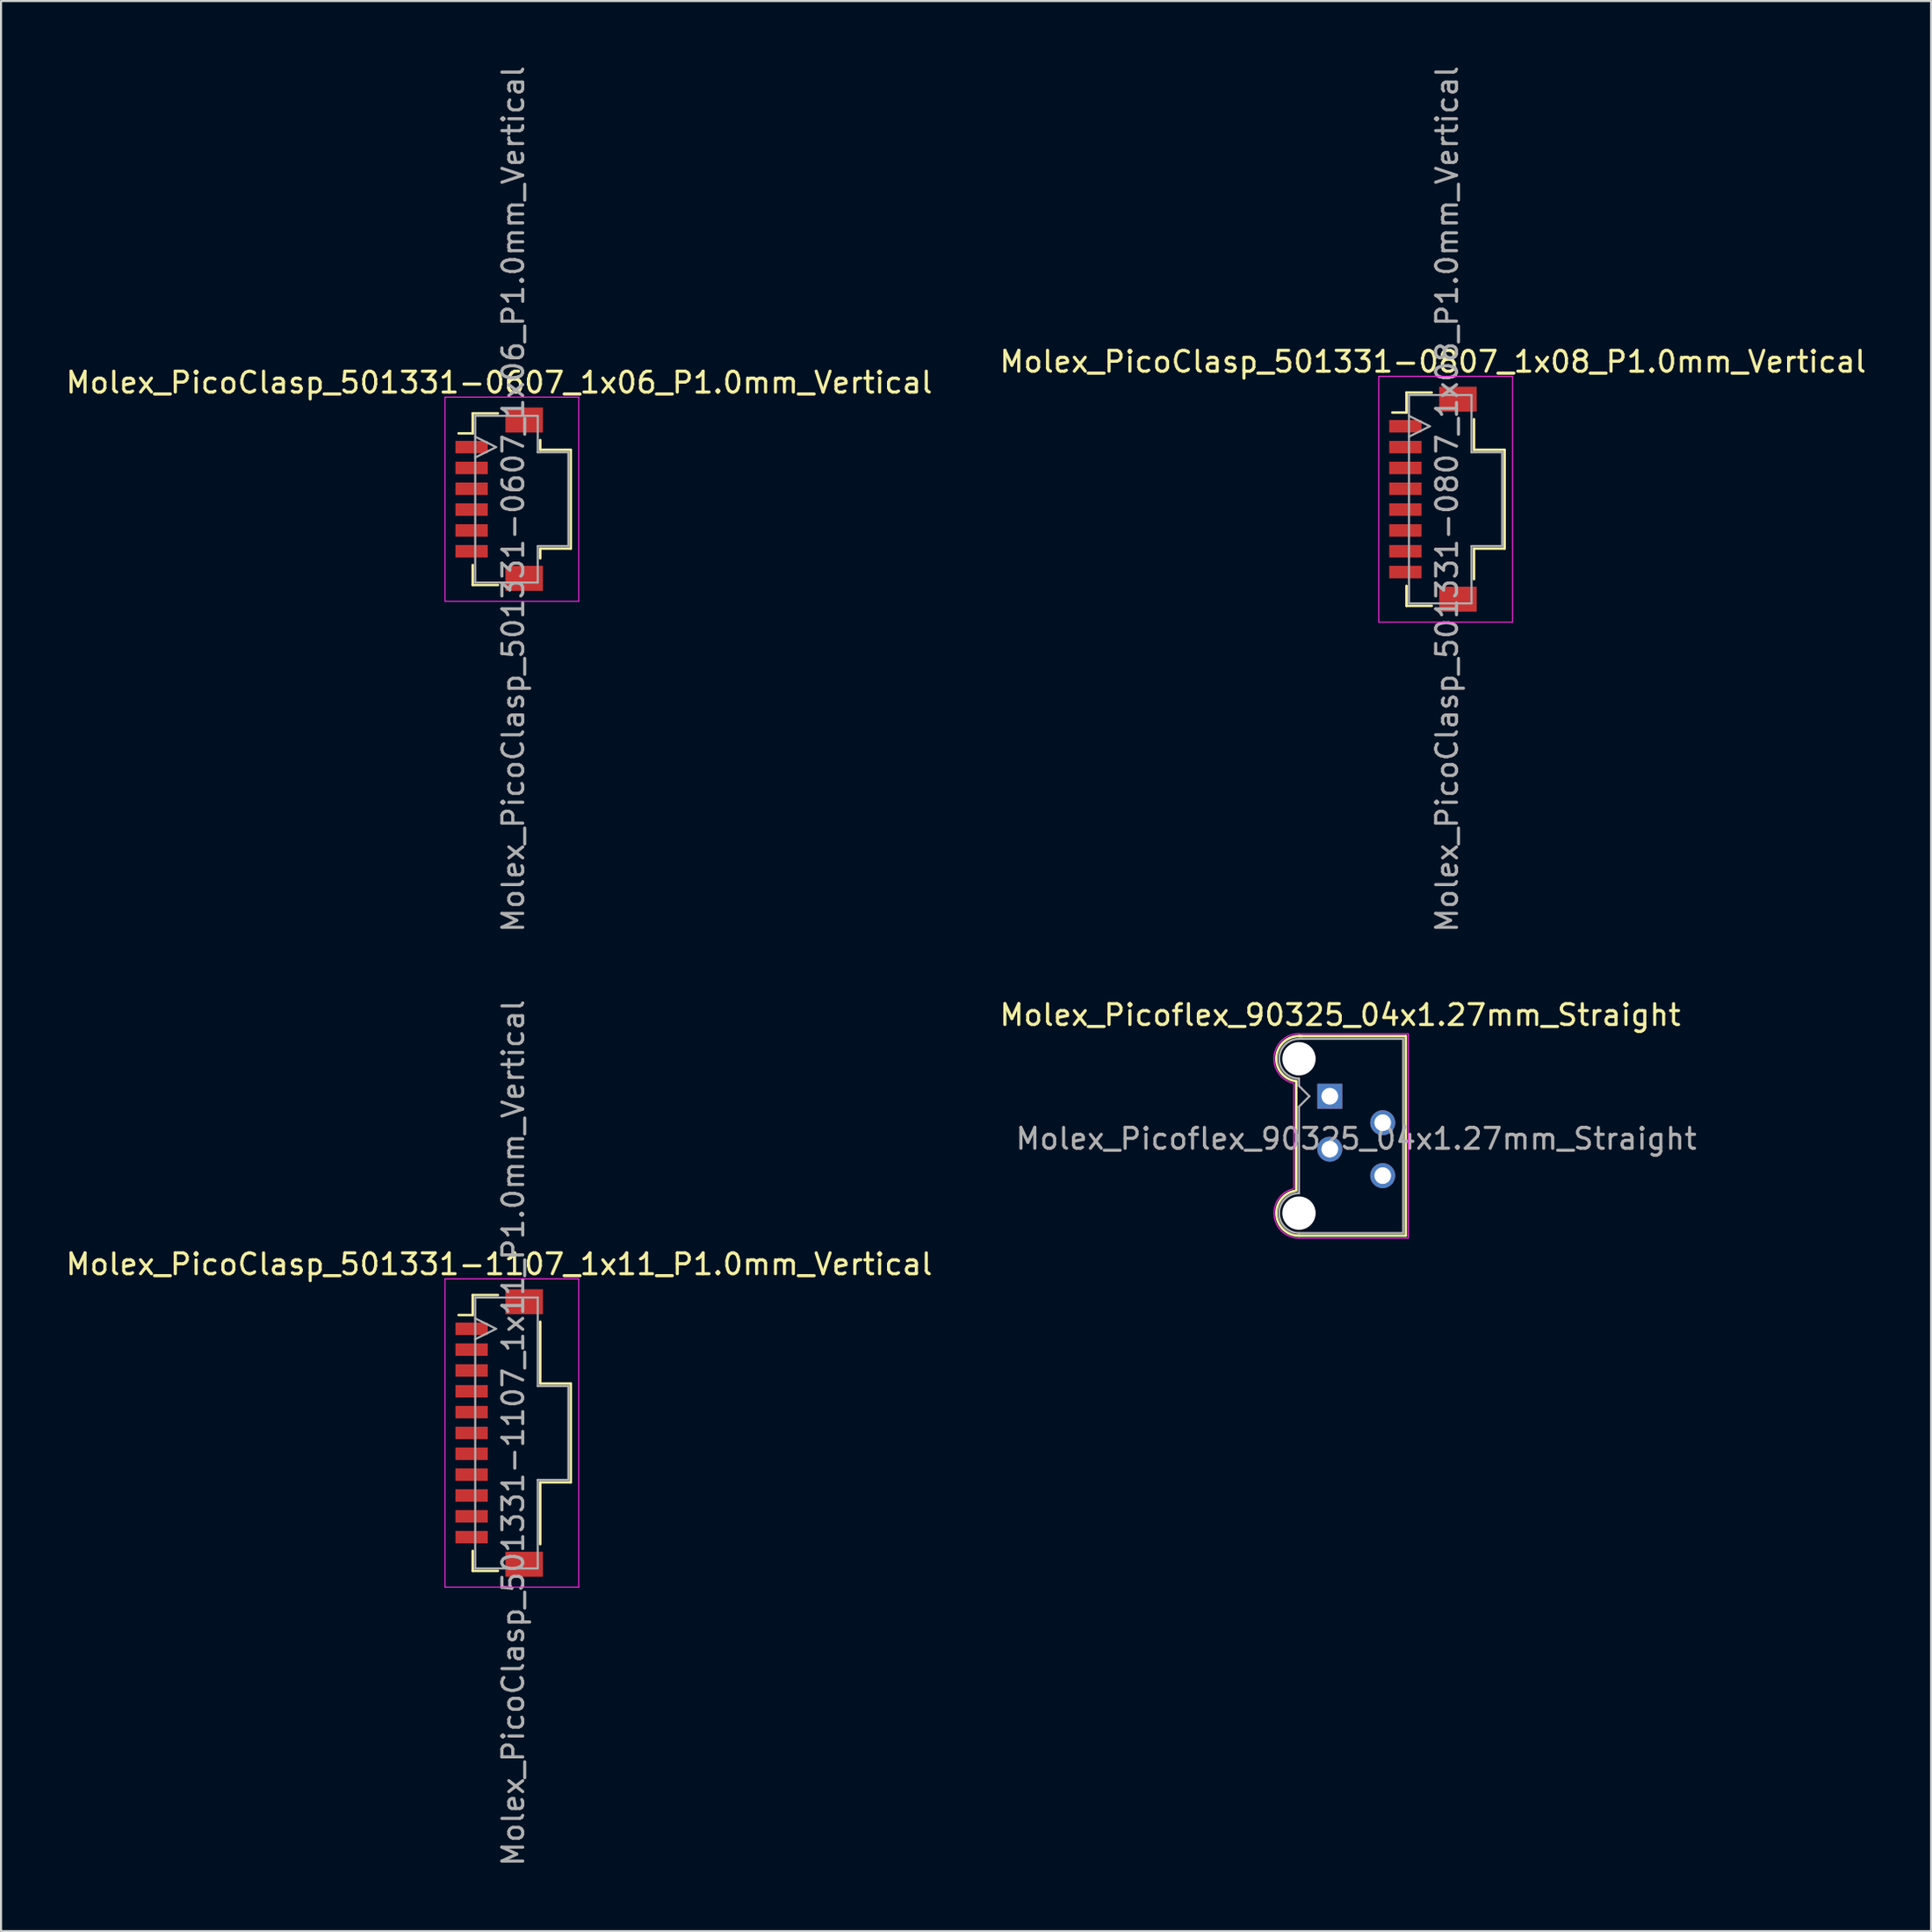
<source format=kicad_pcb>
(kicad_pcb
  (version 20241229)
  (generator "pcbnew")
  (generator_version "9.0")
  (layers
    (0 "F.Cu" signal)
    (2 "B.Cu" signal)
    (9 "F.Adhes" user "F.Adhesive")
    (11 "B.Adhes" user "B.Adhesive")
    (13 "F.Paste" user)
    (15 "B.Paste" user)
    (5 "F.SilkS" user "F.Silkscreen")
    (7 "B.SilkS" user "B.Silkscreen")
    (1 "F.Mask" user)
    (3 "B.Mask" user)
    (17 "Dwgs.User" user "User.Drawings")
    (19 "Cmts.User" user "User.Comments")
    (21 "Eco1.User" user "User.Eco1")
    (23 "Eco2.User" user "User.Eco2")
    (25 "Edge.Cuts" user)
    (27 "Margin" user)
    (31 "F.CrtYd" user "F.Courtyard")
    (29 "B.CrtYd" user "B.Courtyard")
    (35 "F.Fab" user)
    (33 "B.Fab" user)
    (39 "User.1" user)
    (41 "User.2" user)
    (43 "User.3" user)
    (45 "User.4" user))
  (footprint "Molex_Picoflex_90325_04x1.27mm_Straight"
    (layer "F.Cu")
    (at 60.78 49.57)
    (property "Reference" "Molex_Picoflex_90325_04x1.27mm_Straight" (at 0.5 -3.9 0) (layer "F.SilkS") (effects (font (size 1 1) (thickness 0.15))))
    (attr through_hole)
    (fp_line (start -1.61 -0.715) (end -1.61 4.525) (stroke (width 0.12) (type solid)) (layer "F.SilkS"))
    (fp_line (start -1.48 -2.885) (end 3.65 -2.885) (stroke (width 0.12) (type solid)) (layer "F.SilkS"))
    (fp_line (start 3.65 -2.885) (end 3.65 6.695) (stroke (width 0.12) (type solid)) (layer "F.SilkS"))
    (fp_line (start 3.65 6.695) (end -1.48 6.695) (stroke (width 0.12) (type solid)) (layer "F.SilkS"))
    (fp_arc (start -1.61 -0.72) (mid -2.56 -1.93) (end -1.35 -2.88) (stroke (width 0.12) (type solid)) (layer "F.SilkS"))
    (fp_arc (start -1.47 6.695) (mid -2.56 5.714526) (end -1.678256 4.54322) (stroke (width 0.12) (type solid)) (layer "F.SilkS"))
    (fp_line (start -1.73 -0.6) (end -1.73 4.41) (stroke (width 0.05) (type solid)) (layer "F.CrtYd"))
    (fp_line (start -1.48 -3) (end 3.77 -3) (stroke (width 0.05) (type solid)) (layer "F.CrtYd"))
    (fp_line (start 3.77 -3) (end 3.77 6.81) (stroke (width 0.05) (type solid)) (layer "F.CrtYd"))
    (fp_line (start 3.77 6.81) (end -1.48 6.81) (stroke (width 0.05) (type solid)) (layer "F.CrtYd"))
    (fp_arc (start -1.73 -0.62) (mid -2.679668 -1.925287) (end -1.480799 -3.006192) (stroke (width 0.05) (type solid)) (layer "F.CrtYd"))
    (fp_arc (start -1.47 6.81) (mid -2.672381 5.74538) (end -1.739276 4.438302) (stroke (width 0.05) (type solid)) (layer "F.CrtYd"))
    (fp_line (start -1.48 -2.755) (end 3.52 -2.755) (stroke (width 0.1) (type solid)) (layer "F.Fab"))
    (fp_line (start -1.48 -0.845) (end -1.48 -0.5) (stroke (width 0.1) (type solid)) (layer "F.Fab"))
    (fp_line (start -1.48 -0.5) (end -0.98 0) (stroke (width 0.1) (type solid)) (layer "F.Fab"))
    (fp_line (start -1.48 0.5) (end -1.48 4.655) (stroke (width 0.1) (type solid)) (layer "F.Fab"))
    (fp_line (start -0.98 0) (end -1.48 0.5) (stroke (width 0.1) (type solid)) (layer "F.Fab"))
    (fp_line (start 3.52 -2.755) (end 3.52 6.565) (stroke (width 0.1) (type solid)) (layer "F.Fab"))
    (fp_line (start 3.52 6.565) (end -1.48 6.565) (stroke (width 0.1) (type solid)) (layer "F.Fab"))
    (fp_arc (start -1.48 -0.85) (mid -2.43 -1.8) (end -1.48 -2.75) (stroke (width 0.1) (type solid)) (layer "F.Fab"))
    (fp_arc (start -1.48 6.565) (mid -2.435 5.61) (end -1.48 4.655) (stroke (width 0.1) (type solid)) (layer "F.Fab"))
    (fp_text user "${REFERENCE}" (at 1.27 2.04 0) (layer "F.Fab") (effects (font (size 1 1) (thickness 0.15))))
    (pad "" np_thru_hole circle (at -1.48 -1.8) (size 1.6 1.6) (drill 1.6) (layers "*.Cu"))
    (pad "" np_thru_hole circle (at -1.48 5.61) (size 1.6 1.6) (drill 1.6) (layers "*.Cu"))
    (pad "1" thru_hole rect (at 0 0) (size 1.2 1.2) (drill 0.8) (layers "*.Cu" "*.Mask"))
    (pad "2" thru_hole circle (at 2.54 1.27) (size 1.2 1.2) (drill 0.8) (layers "*.Cu" "*.Mask"))
    (pad "3" thru_hole circle (at 0 2.54) (size 1.2 1.2) (drill 0.8) (layers "*.Cu" "*.Mask"))
    (pad "4" thru_hole circle (at 2.54 3.81) (size 1.2 1.2) (drill 0.8) (layers "*.Cu" "*.Mask")))
  (footprint "Molex_PicoClasp_501331-0607_1x06_P1.0mm_Vertical"
    (layer "F.Cu")
    (at 20.911 20.911)
    (property "Reference" "Molex_PicoClasp_501331-0607_1x06_P1.0mm_Vertical" (at 0 -5.6 0) (layer "F.SilkS") (effects (font (size 1 1) (thickness 0.15))))
    (attr smd)
    (fp_line (start -1.95 -3.16) (end -1.27 -3.16) (stroke (width 0.12) (type solid)) (layer "F.SilkS"))
    (fp_line (start -1.27 -4.12) (end -0.06 -4.12) (stroke (width 0.12) (type solid)) (layer "F.SilkS"))
    (fp_line (start -1.27 -3.16) (end -1.27 -4.12) (stroke (width 0.12) (type solid)) (layer "F.SilkS"))
    (fp_line (start -1.27 3.16) (end -1.27 4.12) (stroke (width 0.12) (type solid)) (layer "F.SilkS"))
    (fp_line (start -1.27 4.12) (end -0.06 4.12) (stroke (width 0.12) (type solid)) (layer "F.SilkS"))
    (fp_line (start 1.97 -2.84) (end 1.97 -2.37) (stroke (width 0.12) (type solid)) (layer "F.SilkS"))
    (fp_line (start 1.97 -2.37) (end 3.44 -2.37) (stroke (width 0.12) (type solid)) (layer "F.SilkS"))
    (fp_line (start 1.97 2.37) (end 1.97 2.84) (stroke (width 0.12) (type solid)) (layer "F.SilkS"))
    (fp_line (start 3.44 -2.37) (end 3.44 2.37) (stroke (width 0.12) (type solid)) (layer "F.SilkS"))
    (fp_line (start 3.44 2.37) (end 1.97 2.37) (stroke (width 0.12) (type solid)) (layer "F.SilkS"))
    (fp_line (start -2.6 -4.9) (end -2.6 4.9) (stroke (width 0.05) (type solid)) (layer "F.CrtYd"))
    (fp_line (start -2.6 4.9) (end 3.82 4.9) (stroke (width 0.05) (type solid)) (layer "F.CrtYd"))
    (fp_line (start 3.82 -4.9) (end -2.6 -4.9) (stroke (width 0.05) (type solid)) (layer "F.CrtYd"))
    (fp_line (start 3.82 4.9) (end 3.82 -4.9) (stroke (width 0.05) (type solid)) (layer "F.CrtYd"))
    (fp_line (start -1.15 -4) (end 1.85 -4) (stroke (width 0.1) (type solid)) (layer "F.Fab"))
    (fp_line (start -1.15 -2) (end -0.15 -2.5) (stroke (width 0.1) (type solid)) (layer "F.Fab"))
    (fp_line (start -1.15 4) (end -1.15 -4) (stroke (width 0.1) (type solid)) (layer "F.Fab"))
    (fp_line (start -0.15 -2.5) (end -1.15 -3) (stroke (width 0.1) (type solid)) (layer "F.Fab"))
    (fp_line (start 1.85 -4) (end 1.85 -2.25) (stroke (width 0.1) (type solid)) (layer "F.Fab"))
    (fp_line (start 1.85 -2.25) (end 3.32 -2.25) (stroke (width 0.1) (type solid)) (layer "F.Fab"))
    (fp_line (start 1.85 2.25) (end 1.85 4) (stroke (width 0.1) (type solid)) (layer "F.Fab"))
    (fp_line (start 1.85 4) (end -1.15 4) (stroke (width 0.1) (type solid)) (layer "F.Fab"))
    (fp_line (start 3.32 -2.25) (end 3.32 2.25) (stroke (width 0.1) (type solid)) (layer "F.Fab"))
    (fp_line (start 3.32 2.25) (end 1.85 2.25) (stroke (width 0.1) (type solid)) (layer "F.Fab"))
    (fp_text user "${REFERENCE}" (at 0.675 0 90) (layer "F.Fab") (effects (font (size 1 1) (thickness 0.15))))
    (pad "" smd rect (at 1.2 -3.8) (size 1.8 1.2) (layers "F.Cu" "F.Mask" "F.Paste"))
    (pad "" smd rect (at 1.2 3.8) (size 1.8 1.2) (layers "F.Cu" "F.Mask" "F.Paste"))
    (pad "1" smd rect (at -1.325 -2.5) (size 1.55 0.6) (layers "F.Cu" "F.Mask" "F.Paste"))
    (pad "2" smd rect (at -1.325 -1.5) (size 1.55 0.6) (layers "F.Cu" "F.Mask" "F.Paste"))
    (pad "3" smd rect (at -1.325 -0.5) (size 1.55 0.6) (layers "F.Cu" "F.Mask" "F.Paste"))
    (pad "4" smd rect (at -1.325 0.5) (size 1.55 0.6) (layers "F.Cu" "F.Mask" "F.Paste"))
    (pad "5" smd rect (at -1.325 1.5) (size 1.55 0.6) (layers "F.Cu" "F.Mask" "F.Paste"))
    (pad "6" smd rect (at -1.325 2.5) (size 1.55 0.6) (layers "F.Cu" "F.Mask" "F.Paste")))
  (footprint "Molex_PicoClasp_501331-1107_1x11_P1.0mm_Vertical"
    (layer "F.Cu")
    (at 20.911 65.732)
    (property "Reference" "Molex_PicoClasp_501331-1107_1x11_P1.0mm_Vertical" (at 0 -8.1 0) (layer "F.SilkS") (effects (font (size 1 1) (thickness 0.15))))
    (attr smd)
    (fp_line (start -1.95 -5.66) (end -1.27 -5.66) (stroke (width 0.12) (type solid)) (layer "F.SilkS"))
    (fp_line (start -1.27 -6.62) (end -0.06 -6.62) (stroke (width 0.12) (type solid)) (layer "F.SilkS"))
    (fp_line (start -1.27 -5.66) (end -1.27 -6.62) (stroke (width 0.12) (type solid)) (layer "F.SilkS"))
    (fp_line (start -1.27 5.66) (end -1.27 6.62) (stroke (width 0.12) (type solid)) (layer "F.SilkS"))
    (fp_line (start -1.27 6.62) (end -0.06 6.62) (stroke (width 0.12) (type solid)) (layer "F.SilkS"))
    (fp_line (start 1.97 -5.34) (end 1.97 -2.37) (stroke (width 0.12) (type solid)) (layer "F.SilkS"))
    (fp_line (start 1.97 -2.37) (end 3.44 -2.37) (stroke (width 0.12) (type solid)) (layer "F.SilkS"))
    (fp_line (start 1.97 2.37) (end 1.97 5.34) (stroke (width 0.12) (type solid)) (layer "F.SilkS"))
    (fp_line (start 3.44 -2.37) (end 3.44 2.37) (stroke (width 0.12) (type solid)) (layer "F.SilkS"))
    (fp_line (start 3.44 2.37) (end 1.97 2.37) (stroke (width 0.12) (type solid)) (layer "F.SilkS"))
    (fp_line (start -2.6 -7.4) (end -2.6 7.4) (stroke (width 0.05) (type solid)) (layer "F.CrtYd"))
    (fp_line (start -2.6 7.4) (end 3.82 7.4) (stroke (width 0.05) (type solid)) (layer "F.CrtYd"))
    (fp_line (start 3.82 -7.4) (end -2.6 -7.4) (stroke (width 0.05) (type solid)) (layer "F.CrtYd"))
    (fp_line (start 3.82 7.4) (end 3.82 -7.4) (stroke (width 0.05) (type solid)) (layer "F.CrtYd"))
    (fp_line (start -1.15 -6.5) (end 1.85 -6.5) (stroke (width 0.1) (type solid)) (layer "F.Fab"))
    (fp_line (start -1.15 -4.5) (end -0.15 -5) (stroke (width 0.1) (type solid)) (layer "F.Fab"))
    (fp_line (start -1.15 6.5) (end -1.15 -6.5) (stroke (width 0.1) (type solid)) (layer "F.Fab"))
    (fp_line (start -0.15 -5) (end -1.15 -5.5) (stroke (width 0.1) (type solid)) (layer "F.Fab"))
    (fp_line (start 1.85 -6.5) (end 1.85 -2.25) (stroke (width 0.1) (type solid)) (layer "F.Fab"))
    (fp_line (start 1.85 -2.25) (end 3.32 -2.25) (stroke (width 0.1) (type solid)) (layer "F.Fab"))
    (fp_line (start 1.85 2.25) (end 1.85 6.5) (stroke (width 0.1) (type solid)) (layer "F.Fab"))
    (fp_line (start 1.85 6.5) (end -1.15 6.5) (stroke (width 0.1) (type solid)) (layer "F.Fab"))
    (fp_line (start 3.32 -2.25) (end 3.32 2.25) (stroke (width 0.1) (type solid)) (layer "F.Fab"))
    (fp_line (start 3.32 2.25) (end 1.85 2.25) (stroke (width 0.1) (type solid)) (layer "F.Fab"))
    (fp_text user "${REFERENCE}" (at 0.675 0 90) (layer "F.Fab") (effects (font (size 1 1) (thickness 0.15))))
    (pad "" smd rect (at 1.2 -6.3) (size 1.8 1.2) (layers "F.Cu" "F.Mask" "F.Paste"))
    (pad "" smd rect (at 1.2 6.3) (size 1.8 1.2) (layers "F.Cu" "F.Mask" "F.Paste"))
    (pad "1" smd rect (at -1.325 -5) (size 1.55 0.6) (layers "F.Cu" "F.Mask" "F.Paste"))
    (pad "2" smd rect (at -1.325 -4) (size 1.55 0.6) (layers "F.Cu" "F.Mask" "F.Paste"))
    (pad "3" smd rect (at -1.325 -3) (size 1.55 0.6) (layers "F.Cu" "F.Mask" "F.Paste"))
    (pad "4" smd rect (at -1.325 -2) (size 1.55 0.6) (layers "F.Cu" "F.Mask" "F.Paste"))
    (pad "5" smd rect (at -1.325 -1) (size 1.55 0.6) (layers "F.Cu" "F.Mask" "F.Paste"))
    (pad "6" smd rect (at -1.325 0) (size 1.55 0.6) (layers "F.Cu" "F.Mask" "F.Paste"))
    (pad "7" smd rect (at -1.325 1) (size 1.55 0.6) (layers "F.Cu" "F.Mask" "F.Paste"))
    (pad "8" smd rect (at -1.325 2) (size 1.55 0.6) (layers "F.Cu" "F.Mask" "F.Paste"))
    (pad "9" smd rect (at -1.325 3) (size 1.55 0.6) (layers "F.Cu" "F.Mask" "F.Paste"))
    (pad "10" smd rect (at -1.325 4) (size 1.55 0.6) (layers "F.Cu" "F.Mask" "F.Paste"))
    (pad "11" smd rect (at -1.325 5) (size 1.55 0.6) (layers "F.Cu" "F.Mask" "F.Paste")))
  (footprint "Molex_PicoClasp_501331-0807_1x08_P1.0mm_Vertical"
    (layer "F.Cu")
    (at 65.732 20.911)
    (property "Reference" "Molex_PicoClasp_501331-0807_1x08_P1.0mm_Vertical" (at 0 -6.6 0) (layer "F.SilkS") (effects (font (size 1 1) (thickness 0.15))))
    (attr smd)
    (fp_line (start -1.95 -4.16) (end -1.27 -4.16) (stroke (width 0.12) (type solid)) (layer "F.SilkS"))
    (fp_line (start -1.27 -5.12) (end -0.06 -5.12) (stroke (width 0.12) (type solid)) (layer "F.SilkS"))
    (fp_line (start -1.27 -4.16) (end -1.27 -5.12) (stroke (width 0.12) (type solid)) (layer "F.SilkS"))
    (fp_line (start -1.27 4.16) (end -1.27 5.12) (stroke (width 0.12) (type solid)) (layer "F.SilkS"))
    (fp_line (start -1.27 5.12) (end -0.06 5.12) (stroke (width 0.12) (type solid)) (layer "F.SilkS"))
    (fp_line (start 1.97 -3.84) (end 1.97 -2.37) (stroke (width 0.12) (type solid)) (layer "F.SilkS"))
    (fp_line (start 1.97 -2.37) (end 3.44 -2.37) (stroke (width 0.12) (type solid)) (layer "F.SilkS"))
    (fp_line (start 1.97 2.37) (end 1.97 3.84) (stroke (width 0.12) (type solid)) (layer "F.SilkS"))
    (fp_line (start 3.44 -2.37) (end 3.44 2.37) (stroke (width 0.12) (type solid)) (layer "F.SilkS"))
    (fp_line (start 3.44 2.37) (end 1.97 2.37) (stroke (width 0.12) (type solid)) (layer "F.SilkS"))
    (fp_line (start -2.6 -5.9) (end -2.6 5.9) (stroke (width 0.05) (type solid)) (layer "F.CrtYd"))
    (fp_line (start -2.6 5.9) (end 3.82 5.9) (stroke (width 0.05) (type solid)) (layer "F.CrtYd"))
    (fp_line (start 3.82 -5.9) (end -2.6 -5.9) (stroke (width 0.05) (type solid)) (layer "F.CrtYd"))
    (fp_line (start 3.82 5.9) (end 3.82 -5.9) (stroke (width 0.05) (type solid)) (layer "F.CrtYd"))
    (fp_line (start -1.15 -5) (end 1.85 -5) (stroke (width 0.1) (type solid)) (layer "F.Fab"))
    (fp_line (start -1.15 -3) (end -0.15 -3.5) (stroke (width 0.1) (type solid)) (layer "F.Fab"))
    (fp_line (start -1.15 5) (end -1.15 -5) (stroke (width 0.1) (type solid)) (layer "F.Fab"))
    (fp_line (start -0.15 -3.5) (end -1.15 -4) (stroke (width 0.1) (type solid)) (layer "F.Fab"))
    (fp_line (start 1.85 -5) (end 1.85 -2.25) (stroke (width 0.1) (type solid)) (layer "F.Fab"))
    (fp_line (start 1.85 -2.25) (end 3.32 -2.25) (stroke (width 0.1) (type solid)) (layer "F.Fab"))
    (fp_line (start 1.85 2.25) (end 1.85 5) (stroke (width 0.1) (type solid)) (layer "F.Fab"))
    (fp_line (start 1.85 5) (end -1.15 5) (stroke (width 0.1) (type solid)) (layer "F.Fab"))
    (fp_line (start 3.32 -2.25) (end 3.32 2.25) (stroke (width 0.1) (type solid)) (layer "F.Fab"))
    (fp_line (start 3.32 2.25) (end 1.85 2.25) (stroke (width 0.1) (type solid)) (layer "F.Fab"))
    (fp_text user "${REFERENCE}" (at 0.675 0 90) (layer "F.Fab") (effects (font (size 1 1) (thickness 0.15))))
    (pad "" smd rect (at 1.2 -4.8) (size 1.8 1.2) (layers "F.Cu" "F.Mask" "F.Paste"))
    (pad "" smd rect (at 1.2 4.8) (size 1.8 1.2) (layers "F.Cu" "F.Mask" "F.Paste"))
    (pad "1" smd rect (at -1.325 -3.5) (size 1.55 0.6) (layers "F.Cu" "F.Mask" "F.Paste"))
    (pad "2" smd rect (at -1.325 -2.5) (size 1.55 0.6) (layers "F.Cu" "F.Mask" "F.Paste"))
    (pad "3" smd rect (at -1.325 -1.5) (size 1.55 0.6) (layers "F.Cu" "F.Mask" "F.Paste"))
    (pad "4" smd rect (at -1.325 -0.5) (size 1.55 0.6) (layers "F.Cu" "F.Mask" "F.Paste"))
    (pad "5" smd rect (at -1.325 0.5) (size 1.55 0.6) (layers "F.Cu" "F.Mask" "F.Paste"))
    (pad "6" smd rect (at -1.325 1.5) (size 1.55 0.6) (layers "F.Cu" "F.Mask" "F.Paste"))
    (pad "7" smd rect (at -1.325 2.5) (size 1.55 0.6) (layers "F.Cu" "F.Mask" "F.Paste"))
    (pad "8" smd rect (at -1.325 3.5) (size 1.55 0.6) (layers "F.Cu" "F.Mask" "F.Paste")))
  (gr_rect
    (start -3 -3)
    (end 89.643 89.643)
    (stroke (width 0.1) (type default))
    (fill no)
    (layer "Edge.Cuts")))
</source>
